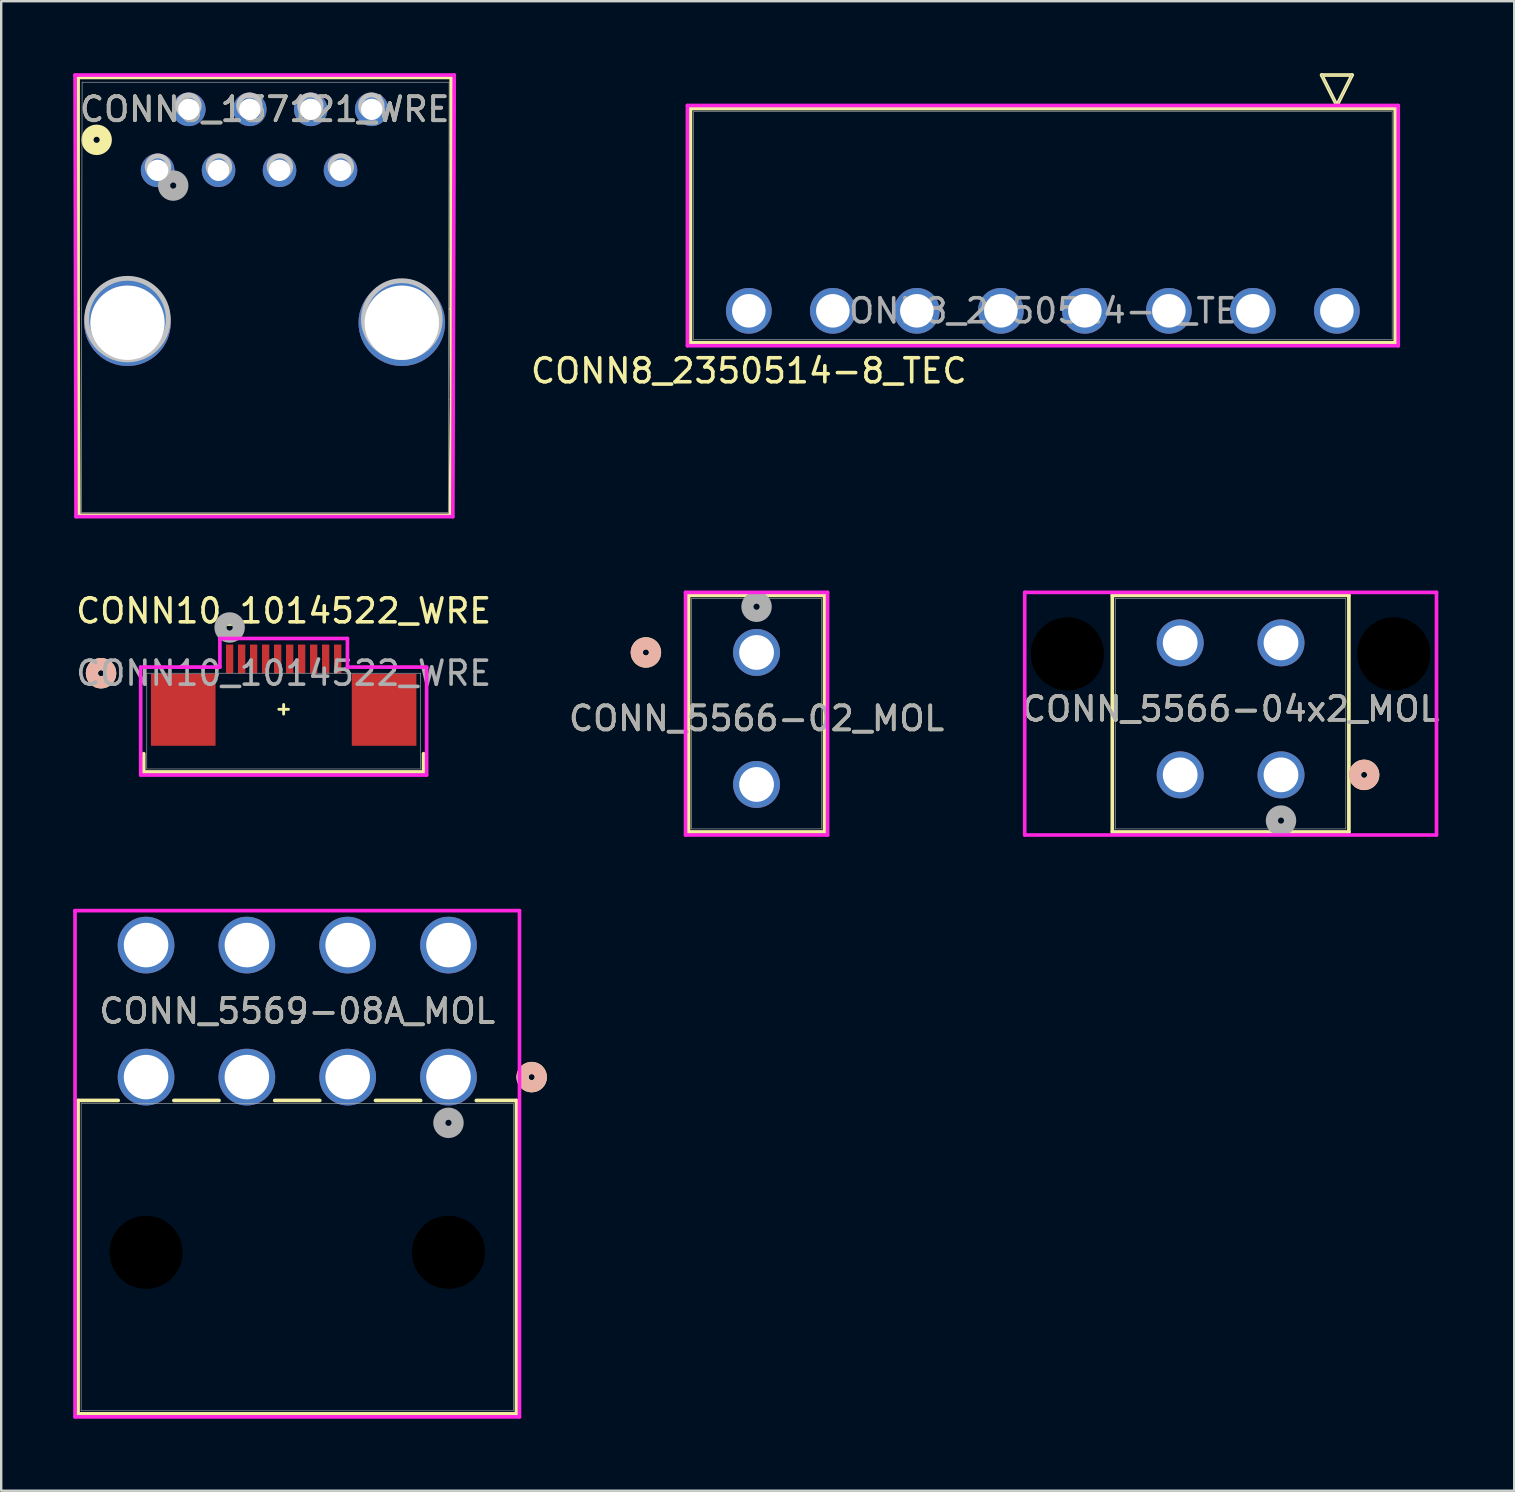
<source format=kicad_pcb>
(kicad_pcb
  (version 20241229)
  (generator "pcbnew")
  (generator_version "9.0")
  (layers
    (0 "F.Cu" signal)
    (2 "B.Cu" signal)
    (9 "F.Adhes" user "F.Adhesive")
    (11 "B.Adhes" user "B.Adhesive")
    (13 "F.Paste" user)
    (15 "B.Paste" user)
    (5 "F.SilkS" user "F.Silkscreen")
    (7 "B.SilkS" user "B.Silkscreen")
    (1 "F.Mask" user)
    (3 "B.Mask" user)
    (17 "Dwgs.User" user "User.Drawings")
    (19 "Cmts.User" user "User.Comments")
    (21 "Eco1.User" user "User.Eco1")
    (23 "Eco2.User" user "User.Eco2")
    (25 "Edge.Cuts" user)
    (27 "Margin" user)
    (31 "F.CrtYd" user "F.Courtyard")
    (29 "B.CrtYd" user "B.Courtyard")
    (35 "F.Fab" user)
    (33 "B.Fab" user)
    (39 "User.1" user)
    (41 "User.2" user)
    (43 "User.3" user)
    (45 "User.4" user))
  (footprint "CONN8_137121_WRE"
    (layer "F.Cu")
    (at 3.516 2.776)
    (property "Reference" "CONN8_137121_WRE" (at 4.46 -1.27 0) (unlocked yes) (layer "F.SilkS") (effects (font (size 1 1) (thickness 0.15))))
    (attr through_hole)
    (fp_line (start -3.345 15.64) (end 12.2 15.64) (stroke (width 0.152) (type solid)) (layer "F.SilkS"))
    (fp_line (start -3.312 -2.6) (end -3.312 7.045) (stroke (width 0.152) (type solid)) (layer "F.SilkS"))
    (fp_line (start -3.312 7.045) (end -3.282 15.64) (stroke (width 0.152) (type solid)) (layer "F.SilkS"))
    (fp_line (start 12.2 15.64) (end 12.246 10.813) (stroke (width 0.152) (type solid)) (layer "F.SilkS"))
    (fp_line (start 12.232 -2.6) (end -3.312 -2.6) (stroke (width 0.152) (type solid)) (layer "F.SilkS"))
    (fp_line (start 12.232 7.045) (end 12.232 -2.6) (stroke (width 0.152) (type solid)) (layer "F.SilkS"))
    (fp_line (start 12.246 10.813) (end 12.232 7.045) (stroke (width 0.152) (type solid)) (layer "F.SilkS"))
    (fp_circle (center -2.54 0) (end -2.159 0) (stroke (width 0.508) (type solid)) (fill no) (layer "F.SilkS"))
    (fp_circle (center -1.255 7.469) (end 0.445 7.469) (stroke (width 0.2) (type default)) (fill no) (layer "Dwgs.User"))
    (fp_circle (center 0.015 1.119) (end 0.465 1.119) (stroke (width 0.2) (type default)) (fill no) (layer "Dwgs.User"))
    (fp_circle (center 1.285 -1.421) (end 1.735 -1.421) (stroke (width 0.2) (type default)) (fill no) (layer "Dwgs.User"))
    (fp_circle (center 2.555 1.119) (end 3.005 1.119) (stroke (width 0.2) (type default)) (fill no) (layer "Dwgs.User"))
    (fp_circle (center 3.825 -1.421) (end 4.275 -1.421) (stroke (width 0.2) (type default)) (fill no) (layer "Dwgs.User"))
    (fp_circle (center 5.095 1.119) (end 5.545 1.119) (stroke (width 0.2) (type default)) (fill no) (layer "Dwgs.User"))
    (fp_circle (center 6.365 -1.421) (end 6.815 -1.421) (stroke (width 0.2) (type default)) (fill no) (layer "Dwgs.User"))
    (fp_circle (center 7.635 1.119) (end 8.085 1.119) (stroke (width 0.2) (type default)) (fill no) (layer "Dwgs.User"))
    (fp_circle (center 8.905 -1.421) (end 9.355 -1.421) (stroke (width 0.2) (type default)) (fill no) (layer "Dwgs.User"))
    (fp_circle (center 10.175 7.469) (end 11.775 7.469) (stroke (width 0.2) (type default)) (fill no) (layer "Dwgs.User"))
    (fp_line (start -3.439 -2.7) (end -3.4 15.7) (stroke (width 0.152) (type solid)) (layer "F.CrtYd"))
    (fp_line (start -3.4 15.7) (end 12.3 15.7) (stroke (width 0.152) (type solid)) (layer "F.CrtYd"))
    (fp_line (start 12.3 15.7) (end 12.359 -2.7) (stroke (width 0.152) (type solid)) (layer "F.CrtYd"))
    (fp_line (start 12.359 -2.7) (end -3.439 -2.7) (stroke (width 0.152) (type solid)) (layer "F.CrtYd"))
    (fp_line (start -3.181 15.53) (end 12.11 15.53) (stroke (width 0.025) (type solid)) (layer "F.Fab"))
    (fp_line (start -3.145 -2.4) (end -3.181 15.53) (stroke (width 0.025) (type solid)) (layer "F.Fab"))
    (fp_line (start 12.11 15.53) (end 12.145 -2.4) (stroke (width 0.025) (type solid)) (layer "F.Fab"))
    (fp_line (start 12.145 -2.4) (end -3.145 -2.4) (stroke (width 0.025) (type solid)) (layer "F.Fab"))
    (fp_circle (center 0.65 1.905) (end 1.031 1.905) (stroke (width 0.508) (type solid)) (fill no) (layer "F.Fab"))
    (fp_text user "${REFERENCE}" (at 4.46 -1.27 0) (unlocked yes) (layer "F.Fab") (effects (font (size 1 1) (thickness 0.15))))
    (pad "" np_thru_hole circle (at -1.255 7.62) (size 3.607 3.607) (drill 3.099) (layers "*.Cu" "*.Mask"))
    (pad "" np_thru_hole circle (at 10.175 7.62) (size 3.607 3.607) (drill 3.099) (layers "*.Cu" "*.Mask"))
    (pad "1" thru_hole circle (at 0 1.27) (size 1.397 1.397) (drill 0.889) (layers "*.Cu" "*.Mask"))
    (pad "2" thru_hole circle (at 2.54 1.27) (size 1.397 1.397) (drill 0.889) (layers "*.Cu" "*.Mask"))
    (pad "3" thru_hole circle (at 5.08 1.27) (size 1.397 1.397) (drill 0.889) (layers "*.Cu" "*.Mask"))
    (pad "4" thru_hole circle (at 7.62 1.27) (size 1.397 1.397) (drill 0.889) (layers "*.Cu" "*.Mask"))
    (pad "5" thru_hole circle (at 1.3 -1.27) (size 1.397 1.397) (drill 0.889) (layers "*.Cu" "*.Mask"))
    (pad "6" thru_hole circle (at 3.84 -1.27) (size 1.397 1.397) (drill 0.889) (layers "*.Cu" "*.Mask"))
    (pad "7" thru_hole circle (at 6.38 -1.27) (size 1.397 1.397) (drill 0.889) (layers "*.Cu" "*.Mask"))
    (pad "8" thru_hole circle (at 8.92 -1.27) (size 1.397 1.397) (drill 0.889) (layers "*.Cu" "*.Mask")))
  (footprint "CONN8_2350514-8_TEC"
    (layer "F.Cu")
    (at 52.648 9.9)
    (property "Reference" "CONN8_2350514-8_TEC" (at -24.5 2.5 0) (unlocked yes) (layer "F.SilkS") (effects (font (size 1 1) (thickness 0.15))))
    (attr through_hole)
    (fp_line (start -26.931 -8.427) (end -26.931 1.327) (stroke (width 0.152) (type solid)) (layer "F.SilkS"))
    (fp_line (start -26.931 1.327) (end 2.431 1.327) (stroke (width 0.152) (type solid)) (layer "F.SilkS"))
    (fp_line (start -0.635 -9.824) (end 0.635 -9.824) (stroke (width 0.152) (type solid)) (layer "F.SilkS"))
    (fp_line (start -0.000001 -8.554) (end -0.635 -9.824) (stroke (width 0.152) (type solid)) (layer "F.SilkS"))
    (fp_line (start 0.635 -9.824) (end -0.000001 -8.554) (stroke (width 0.152) (type solid)) (layer "F.SilkS"))
    (fp_line (start 2.431 -8.427) (end -26.931 -8.427) (stroke (width 0.152) (type solid)) (layer "F.SilkS"))
    (fp_line (start 2.431 1.327) (end 2.431 -8.427) (stroke (width 0.152) (type solid)) (layer "F.SilkS"))
    (fp_line (start -27.058 -8.554) (end -27.058 1.454) (stroke (width 0.152) (type solid)) (layer "F.CrtYd"))
    (fp_line (start -27.058 1.454) (end 2.558 1.454) (stroke (width 0.152) (type solid)) (layer "F.CrtYd"))
    (fp_line (start 2.558 -8.554) (end -27.058 -8.554) (stroke (width 0.152) (type solid)) (layer "F.CrtYd"))
    (fp_line (start 2.558 1.454) (end 2.558 -8.554) (stroke (width 0.152) (type solid)) (layer "F.CrtYd"))
    (fp_line (start -26.804 -8.3) (end -26.804 1.2) (stroke (width 0.025) (type solid)) (layer "F.Fab"))
    (fp_line (start -26.804 1.2) (end 2.304 1.2) (stroke (width 0.025) (type solid)) (layer "F.Fab"))
    (fp_line (start -0.635 -9.824) (end 0.635 -9.824) (stroke (width 0.025) (type solid)) (layer "F.Fab"))
    (fp_line (start -0.000001 -8.554) (end -0.635 -9.824) (stroke (width 0.025) (type solid)) (layer "F.Fab"))
    (fp_line (start 0.635 -9.824) (end -0.000001 -8.554) (stroke (width 0.025) (type solid)) (layer "F.Fab"))
    (fp_line (start 2.304 -8.3) (end -26.804 -8.3) (stroke (width 0.025) (type solid)) (layer "F.Fab"))
    (fp_line (start 2.304 1.2) (end 2.304 -8.3) (stroke (width 0.025) (type solid)) (layer "F.Fab"))
    (fp_text user "${REFERENCE}" (at -12.25 0 0) (unlocked yes) (layer "F.Fab") (effects (font (size 1 1) (thickness 0.15))))
    (pad "1" thru_hole circle (at 0 0) (size 1.905 1.905) (drill 1.397) (layers "*.Cu" "*.Mask"))
    (pad "2" thru_hole circle (at -3.5 0) (size 1.905 1.905) (drill 1.397) (layers "*.Cu" "*.Mask"))
    (pad "3" thru_hole circle (at -7 0) (size 1.905 1.905) (drill 1.397) (layers "*.Cu" "*.Mask"))
    (pad "4" thru_hole circle (at -10.5 0) (size 1.905 1.905) (drill 1.397) (layers "*.Cu" "*.Mask"))
    (pad "5" thru_hole circle (at -14 0) (size 1.905 1.905) (drill 1.397) (layers "*.Cu" "*.Mask"))
    (pad "6" thru_hole circle (at -17.5 0) (size 1.905 1.905) (drill 1.397) (layers "*.Cu" "*.Mask"))
    (pad "7" thru_hole circle (at -21 0) (size 1.905 1.905) (drill 1.397) (layers "*.Cu" "*.Mask"))
    (pad "8" thru_hole circle (at -24.5 0) (size 1.905 1.905) (drill 1.397) (layers "*.Cu" "*.Mask")))
  (footprint "CONN_5566-02_MOL"
    (layer "F.Cu")
    (at 28.47 24.133)
    (property "Reference" "CONN_5566-02_MOL" (at 0 2.75 0) (unlocked yes) (layer "F.SilkS") (effects (font (size 1 1) (thickness 0.15))))
    (attr through_hole)
    (fp_line (start -2.832 -2.377) (end -2.832 7.478) (stroke (width 0.152) (type solid)) (layer "F.SilkS"))
    (fp_line (start -2.832 7.478) (end 2.832 7.478) (stroke (width 0.152) (type solid)) (layer "F.SilkS"))
    (fp_line (start 2.832 -2.377) (end -2.832 -2.377) (stroke (width 0.152) (type solid)) (layer "F.SilkS"))
    (fp_line (start 2.832 7.478) (end 2.832 -2.377) (stroke (width 0.152) (type solid)) (layer "F.SilkS"))
    (fp_circle (center -4.61 0) (end -4.229 0) (stroke (width 0.508) (type solid)) (fill no) (layer "F.SilkS"))
    (fp_circle (center -4.61 0) (end -4.229 0) (stroke (width 0.508) (type solid)) (fill no) (layer "B.SilkS"))
    (fp_line (start -2.959 -2.504) (end -2.959 7.605) (stroke (width 0.152) (type solid)) (layer "F.CrtYd"))
    (fp_line (start -2.959 7.605) (end 2.959 7.605) (stroke (width 0.152) (type solid)) (layer "F.CrtYd"))
    (fp_line (start 2.959 -2.504) (end -2.959 -2.504) (stroke (width 0.152) (type solid)) (layer "F.CrtYd"))
    (fp_line (start 2.959 7.605) (end 2.959 -2.504) (stroke (width 0.152) (type solid)) (layer "F.CrtYd"))
    (fp_line (start -2.705 -2.25) (end -2.705 7.351) (stroke (width 0.025) (type solid)) (layer "F.Fab"))
    (fp_line (start -2.705 7.351) (end 2.705 7.351) (stroke (width 0.025) (type solid)) (layer "F.Fab"))
    (fp_line (start 2.705 -2.25) (end -2.705 -2.25) (stroke (width 0.025) (type solid)) (layer "F.Fab"))
    (fp_line (start 2.705 7.351) (end 2.705 -2.25) (stroke (width 0.025) (type solid)) (layer "F.Fab"))
    (fp_circle (center 0 -1.905) (end 0.381 -1.905) (stroke (width 0.508) (type solid)) (fill no) (layer "F.Fab"))
    (fp_text user "${REFERENCE}" (at 0 2.75 0) (unlocked yes) (layer "F.Fab") (effects (font (size 1 1) (thickness 0.15))))
    (pad "1" thru_hole circle (at 0 0) (size 1.956 1.956) (drill 1.448) (layers "*.Cu" "*.Mask"))
    (pad "2" thru_hole circle (at 0 5.5) (size 1.956 1.956) (drill 1.448) (layers "*.Cu" "*.Mask")))
  (footprint "CONN_5569-08A_MOL"
    (layer "F.Cu")
    (at 9.339 41.825)
    (property "Reference" "CONN_5569-08A_MOL" (at -0.004 -2.75 0) (unlocked yes) (layer "F.SilkS") (effects (font (size 1 1) (thickness 0.15))))
    (attr through_hole)
    (fp_line (start -9.136 0.973) (end -9.136 14.029) (stroke (width 0.152) (type solid)) (layer "F.SilkS"))
    (fp_line (start -9.136 14.029) (end 9.127 14.029) (stroke (width 0.152) (type solid)) (layer "F.SilkS"))
    (fp_line (start -7.464 0.973) (end -9.136 0.973) (stroke (width 0.152) (type solid)) (layer "F.SilkS"))
    (fp_line (start -3.264 0.973) (end -5.145 0.973) (stroke (width 0.152) (type solid)) (layer "F.SilkS"))
    (fp_line (start 0.936 0.973) (end -0.945 0.973) (stroke (width 0.152) (type solid)) (layer "F.SilkS"))
    (fp_line (start 5.136 0.973) (end 3.255 0.973) (stroke (width 0.152) (type solid)) (layer "F.SilkS"))
    (fp_line (start 9.127 0.973) (end 7.455 0.973) (stroke (width 0.152) (type solid)) (layer "F.SilkS"))
    (fp_line (start 9.127 14.029) (end 9.127 0.973) (stroke (width 0.152) (type solid)) (layer "F.SilkS"))
    (fp_circle (center 9.762 0) (end 10.143 0) (stroke (width 0.508) (type solid)) (fill no) (layer "F.SilkS"))
    (fp_circle (center 9.762 0) (end 10.143 0) (stroke (width 0.508) (type solid)) (fill no) (layer "B.SilkS"))
    (fp_line (start -9.263 -6.935) (end -9.263 14.156) (stroke (width 0.152) (type solid)) (layer "F.CrtYd"))
    (fp_line (start -9.263 14.156) (end 9.254 14.156) (stroke (width 0.152) (type solid)) (layer "F.CrtYd"))
    (fp_line (start 9.254 -6.935) (end -9.263 -6.935) (stroke (width 0.152) (type solid)) (layer "F.CrtYd"))
    (fp_line (start 9.254 14.156) (end 9.254 -6.935) (stroke (width 0.152) (type solid)) (layer "F.CrtYd"))
    (fp_line (start -9.009 1.1) (end -9.009 13.902) (stroke (width 0.025) (type solid)) (layer "F.Fab"))
    (fp_line (start -9.009 13.902) (end 9 13.902) (stroke (width 0.025) (type solid)) (layer "F.Fab"))
    (fp_line (start 9 1.1) (end -9.009 1.1) (stroke (width 0.025) (type solid)) (layer "F.Fab"))
    (fp_line (start 9 13.902) (end 9 1.1) (stroke (width 0.025) (type solid)) (layer "F.Fab"))
    (fp_circle (center 6.296 1.905) (end 6.677 1.905) (stroke (width 0.508) (type solid)) (fill no) (layer "F.Fab"))
    (fp_text user "${REFERENCE}" (at -0.004 -2.75 0) (unlocked yes) (layer "F.Fab") (effects (font (size 1 1) (thickness 0.15))))
    (pad "" np_thru_hole circle (at -6.304 7.3) (size 3.048 3.048) (drill 3.048) (layers))
    (pad "" np_thru_hole circle (at 6.296 7.3) (size 3.048 3.048) (drill 3.048) (layers))
    (pad "1" thru_hole circle (at 6.296 0) (size 2.362 2.362) (drill 1.854) (layers "*.Cu" "*.Mask"))
    (pad "2" thru_hole circle (at 2.096 0) (size 2.362 2.362) (drill 1.854) (layers "*.Cu" "*.Mask"))
    (pad "3" thru_hole circle (at -2.104 0) (size 2.362 2.362) (drill 1.854) (layers "*.Cu" "*.Mask"))
    (pad "4" thru_hole circle (at -6.304 0) (size 2.362 2.362) (drill 1.854) (layers "*.Cu" "*.Mask"))
    (pad "5" thru_hole circle (at 6.296 -5.5) (size 2.362 2.362) (drill 1.854) (layers "*.Cu" "*.Mask"))
    (pad "6" thru_hole circle (at 2.096 -5.5) (size 2.362 2.362) (drill 1.854) (layers "*.Cu" "*.Mask"))
    (pad "7" thru_hole circle (at -2.104 -5.5) (size 2.362 2.362) (drill 1.854) (layers "*.Cu" "*.Mask"))
    (pad "8" thru_hole circle (at -6.304 -5.5) (size 2.362 2.362) (drill 1.854) (layers "*.Cu" "*.Mask")))
  (footprint "CONN_5566-04x2_MOL"
    (layer "F.Cu")
    (at 50.32 29.233)
    (property "Reference" "CONN_5566-04x2_MOL" (at -2.1 -2.75 0) (unlocked yes) (layer "F.SilkS") (effects (font (size 1 1) (thickness 0.15))))
    (attr through_hole)
    (fp_line (start -7.028 -7.477) (end -7.028 2.378) (stroke (width 0.152) (type solid)) (layer "F.SilkS"))
    (fp_line (start -7.028 2.378) (end 2.828 2.378) (stroke (width 0.152) (type solid)) (layer "F.SilkS"))
    (fp_line (start 2.828 -7.477) (end -7.028 -7.477) (stroke (width 0.152) (type solid)) (layer "F.SilkS"))
    (fp_line (start 2.828 2.378) (end 2.828 -7.477) (stroke (width 0.152) (type solid)) (layer "F.SilkS"))
    (fp_circle (center 3.463 0) (end 3.844 0) (stroke (width 0.508) (type solid)) (fill no) (layer "F.SilkS"))
    (fp_circle (center 3.463 0) (end 3.844 0) (stroke (width 0.508) (type solid)) (fill no) (layer "B.SilkS"))
    (fp_line (start -10.678 -7.604) (end -10.678 2.505) (stroke (width 0.152) (type solid)) (layer "F.CrtYd"))
    (fp_line (start -10.678 2.505) (end 6.478 2.505) (stroke (width 0.152) (type solid)) (layer "F.CrtYd"))
    (fp_line (start 6.478 -7.604) (end -10.678 -7.604) (stroke (width 0.152) (type solid)) (layer "F.CrtYd"))
    (fp_line (start 6.478 2.505) (end 6.478 -7.604) (stroke (width 0.152) (type solid)) (layer "F.CrtYd"))
    (fp_line (start -6.901 -7.35) (end -6.901 2.251) (stroke (width 0.025) (type solid)) (layer "F.Fab"))
    (fp_line (start -6.901 2.251) (end 2.701 2.251) (stroke (width 0.025) (type solid)) (layer "F.Fab"))
    (fp_line (start 2.701 -7.35) (end -6.901 -7.35) (stroke (width 0.025) (type solid)) (layer "F.Fab"))
    (fp_line (start 2.701 2.251) (end 2.701 -7.35) (stroke (width 0.025) (type solid)) (layer "F.Fab"))
    (fp_circle (center 0 1.905) (end 0.381 1.905) (stroke (width 0.508) (type solid)) (fill no) (layer "F.Fab"))
    (fp_text user "${REFERENCE}" (at -2.1 -2.75 0) (unlocked yes) (layer "F.Fab") (effects (font (size 1 1) (thickness 0.15))))
    (pad "" np_thru_hole circle (at -8.9 -5.04) (size 3.048 3.048) (drill 3.048) (layers))
    (pad "" np_thru_hole circle (at 4.7 -5.04) (size 3.048 3.048) (drill 3.048) (layers))
    (pad "1" thru_hole circle (at 0 0) (size 1.956 1.956) (drill 1.448) (layers "*.Cu" "*.Mask"))
    (pad "2" thru_hole circle (at -4.2 0) (size 1.956 1.956) (drill 1.448) (layers "*.Cu" "*.Mask"))
    (pad "3" thru_hole circle (at 0 -5.5) (size 1.956 1.956) (drill 1.448) (layers "*.Cu" "*.Mask"))
    (pad "4" thru_hole circle (at -4.2 -5.5) (size 1.956 1.956) (drill 1.448) (layers "*.Cu" "*.Mask")))
  (footprint "CONN10_1014522_WRE"
    (layer "F.Cu")
    (at 8.767 26.501)
    (property "Reference" "CONN10_1014522_WRE" (at 0.001 -4.1 0) (unlocked yes) (layer "F.SilkS") (effects (font (size 1 1) (thickness 0.15))))
    (attr smd)
    (fp_line (start -5.829 1.85) (end -5.829 2.612) (stroke (width 0.152) (type solid)) (layer "F.SilkS"))
    (fp_line (start -5.829 2.612) (end 5.83 2.612) (stroke (width 0.152) (type solid)) (layer "F.SilkS"))
    (fp_line (start 0 -0.2) (end 0 0.2) (stroke (width 0.12) (type default)) (layer "F.SilkS"))
    (fp_line (start 0.2 0) (end -0.2 0) (stroke (width 0.12) (type default)) (layer "F.SilkS"))
    (fp_line (start 5.83 2.612) (end 5.83 1.85) (stroke (width 0.152) (type solid)) (layer "F.SilkS"))
    (fp_circle (center -7.607 -1.503) (end -7.226 -1.503) (stroke (width 0.508) (type solid)) (fill no) (layer "F.SilkS"))
    (fp_circle (center -7.607 -1.503) (end -7.226 -1.503) (stroke (width 0.508) (type solid)) (fill no) (layer "B.SilkS"))
    (fp_line (start -5.956 -1.757) (end -5.956 2.739) (stroke (width 0.152) (type solid)) (layer "F.CrtYd"))
    (fp_line (start -5.956 2.739) (end 5.957 2.739) (stroke (width 0.152) (type solid)) (layer "F.CrtYd"))
    (fp_line (start -2.656 -2.951) (end -2.656 -1.757) (stroke (width 0.152) (type solid)) (layer "F.CrtYd"))
    (fp_line (start -2.656 -1.757) (end -5.956 -1.757) (stroke (width 0.152) (type solid)) (layer "F.CrtYd"))
    (fp_line (start 2.658 -2.951) (end -2.656 -2.951) (stroke (width 0.152) (type solid)) (layer "F.CrtYd"))
    (fp_line (start 2.658 -1.757) (end 2.658 -2.951) (stroke (width 0.152) (type solid)) (layer "F.CrtYd"))
    (fp_line (start 5.957 -1.757) (end 2.658 -1.757) (stroke (width 0.152) (type solid)) (layer "F.CrtYd"))
    (fp_line (start 5.957 2.739) (end 5.957 -1.757) (stroke (width 0.152) (type solid)) (layer "F.CrtYd"))
    (fp_line (start -5.702 -1.503) (end -5.702 2.485) (stroke (width 0.025) (type solid)) (layer "F.Fab"))
    (fp_line (start -5.702 2.485) (end 5.703 2.485) (stroke (width 0.025) (type solid)) (layer "F.Fab"))
    (fp_line (start 5.703 -1.503) (end -5.702 -1.503) (stroke (width 0.025) (type solid)) (layer "F.Fab"))
    (fp_line (start 5.703 2.485) (end 5.703 -1.503) (stroke (width 0.025) (type solid)) (layer "F.Fab"))
    (fp_circle (center -2.25 -3.408) (end -1.869 -3.408) (stroke (width 0.508) (type solid)) (fill no) (layer "F.Fab"))
    (fp_text user "${REFERENCE}" (at 0.001 -1.503 0) (unlocked yes) (layer "F.Fab") (effects (font (size 1 1) (thickness 0.15))))
    (pad "1" smd rect (at -2.25 -2.1) (size 0.305 1.194) (layers "F.Cu" "F.Mask" "F.Paste"))
    (pad "2" smd rect (at -1.75 -2.1) (size 0.305 1.194) (layers "F.Cu" "F.Mask" "F.Paste"))
    (pad "3" smd rect (at -1.25 -2.1) (size 0.305 1.194) (layers "F.Cu" "F.Mask" "F.Paste"))
    (pad "4" smd rect (at -0.75 -2.1) (size 0.305 1.194) (layers "F.Cu" "F.Mask" "F.Paste"))
    (pad "5" smd rect (at -0.249 -2.1) (size 0.305 1.194) (layers "F.Cu" "F.Mask" "F.Paste"))
    (pad "6" smd rect (at 0.251 -2.1) (size 0.305 1.194) (layers "F.Cu" "F.Mask" "F.Paste"))
    (pad "7" smd rect (at 0.751 -2.1) (size 0.305 1.194) (layers "F.Cu" "F.Mask" "F.Paste"))
    (pad "8" smd rect (at 1.251 -2.1) (size 0.305 1.194) (layers "F.Cu" "F.Mask" "F.Paste"))
    (pad "9" smd rect (at 1.751 -2.1) (size 0.305 1.194) (layers "F.Cu" "F.Mask" "F.Paste"))
    (pad "10" smd rect (at 2.251 -2.1) (size 0.305 1.194) (layers "F.Cu" "F.Mask" "F.Paste"))
    (pad "11" smd rect (at -4.183 0.021) (size 2.692 2.997) (layers "F.Cu" "F.Mask" "F.Paste"))
    (pad "12" smd rect (at 4.185 0.021) (size 2.692 2.997) (layers "F.Cu" "F.Mask" "F.Paste")))
  (gr_rect
    (start -3 -3)
    (end 60.036 59.057)
    (stroke (width 0.1) (type default))
    (fill no)
    (layer "Edge.Cuts")))
</source>
